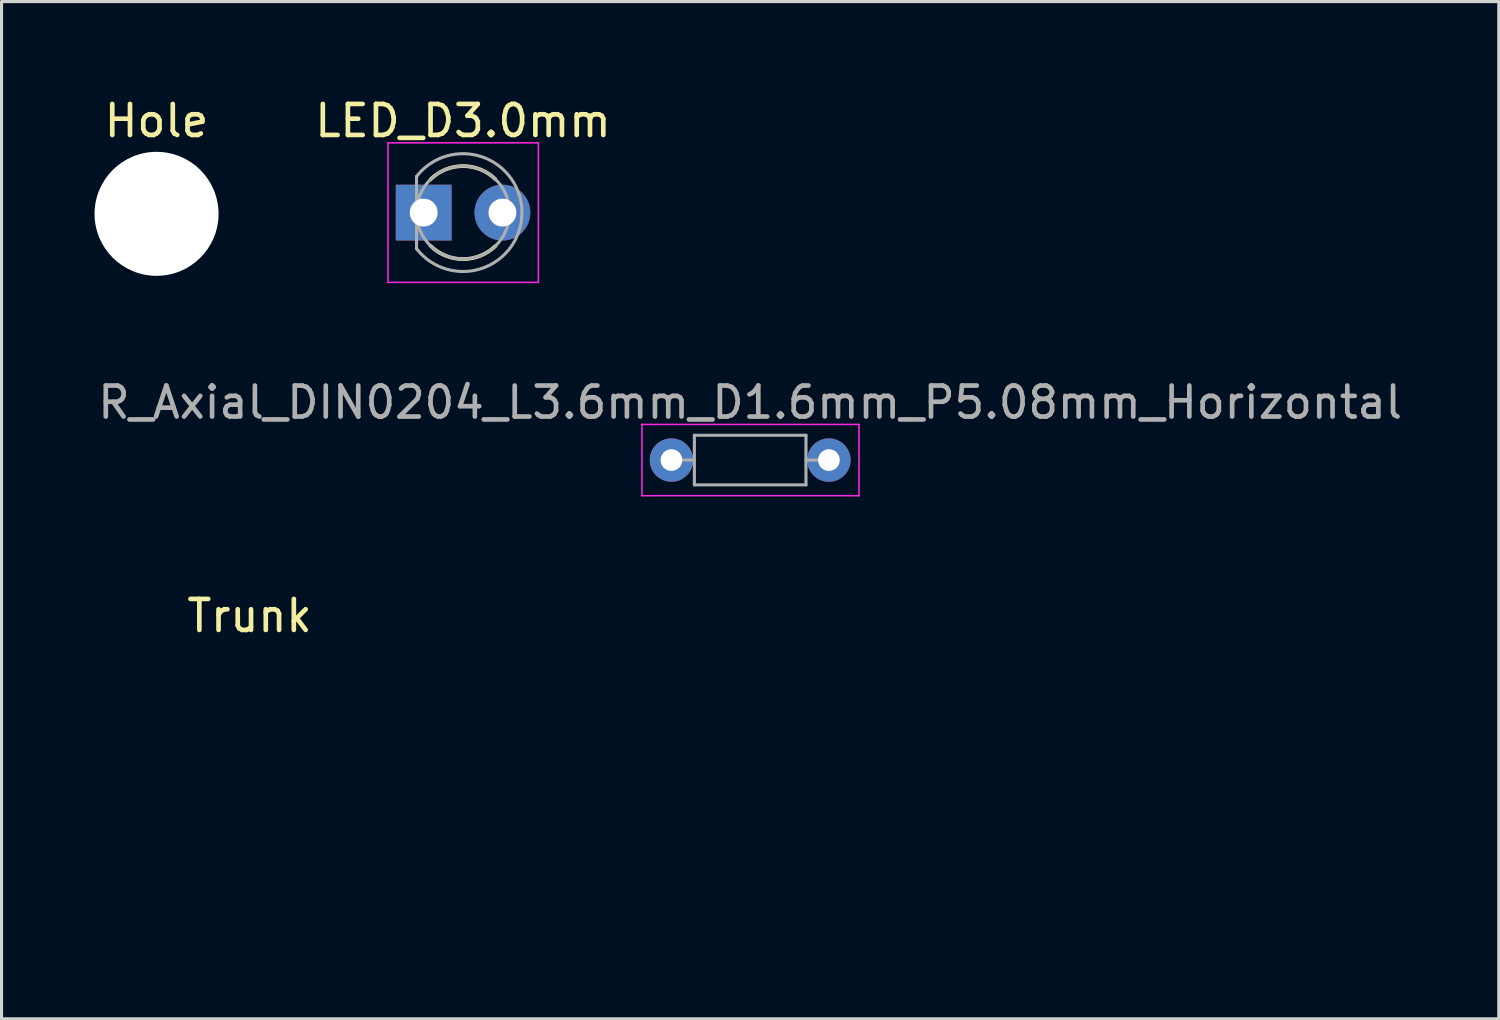
<source format=kicad_pcb>
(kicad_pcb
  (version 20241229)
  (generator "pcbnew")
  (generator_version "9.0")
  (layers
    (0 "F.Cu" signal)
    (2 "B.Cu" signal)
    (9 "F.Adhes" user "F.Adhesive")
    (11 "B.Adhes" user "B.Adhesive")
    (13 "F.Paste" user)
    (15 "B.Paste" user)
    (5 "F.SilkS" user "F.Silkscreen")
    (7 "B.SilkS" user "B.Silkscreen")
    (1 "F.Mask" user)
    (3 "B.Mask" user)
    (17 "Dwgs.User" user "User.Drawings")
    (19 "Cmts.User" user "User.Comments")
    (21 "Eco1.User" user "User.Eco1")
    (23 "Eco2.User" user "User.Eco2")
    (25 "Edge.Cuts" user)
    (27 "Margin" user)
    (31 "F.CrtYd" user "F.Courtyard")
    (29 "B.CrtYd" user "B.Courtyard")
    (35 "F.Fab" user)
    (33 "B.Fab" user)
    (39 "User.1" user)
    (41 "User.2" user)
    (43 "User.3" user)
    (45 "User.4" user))
  (footprint "Trunk"
    (layer "F.Cu")
    (at 5 22.315)
    (property "Reference" "Trunk" (at 0 -5.5 0) (layer "F.SilkS") (effects (font (size 1 1) (thickness 0.15))))
    (attr through_hole)
    (pad "" smd rect (at 0 0) (size 10 9) (layers "F.Mask")))
  (footprint "R_Axial_DIN0204_L3.6mm_D1.6mm_P5.08mm_Horizontal"
    (layer "F.Cu")
    (at 18.609 11.791)
    (property "Reference" "R_Axial_DIN0204_L3.6mm_D1.6mm_P5.08mm_Horizontal" (at 2.54 -1.86 0) (layer "F.Fab") (effects (font (size 1 1) (thickness 0.15))))
    (attr through_hole)
    (fp_line (start -0.95 -1.15) (end -0.95 1.15) (stroke (width 0.05) (type solid)) (layer "F.CrtYd"))
    (fp_line (start -0.95 1.15) (end 6.05 1.15) (stroke (width 0.05) (type solid)) (layer "F.CrtYd"))
    (fp_line (start 6.05 -1.15) (end -0.95 -1.15) (stroke (width 0.05) (type solid)) (layer "F.CrtYd"))
    (fp_line (start 6.05 1.15) (end 6.05 -1.15) (stroke (width 0.05) (type solid)) (layer "F.CrtYd"))
    (fp_line (start 0 0) (end 0.74 0) (stroke (width 0.1) (type solid)) (layer "F.Fab"))
    (fp_line (start 0.74 -0.8) (end 0.74 0.8) (stroke (width 0.1) (type solid)) (layer "F.Fab"))
    (fp_line (start 0.74 0.8) (end 4.34 0.8) (stroke (width 0.1) (type solid)) (layer "F.Fab"))
    (fp_line (start 4.34 -0.8) (end 0.74 -0.8) (stroke (width 0.1) (type solid)) (layer "F.Fab"))
    (fp_line (start 4.34 0.8) (end 4.34 -0.8) (stroke (width 0.1) (type solid)) (layer "F.Fab"))
    (fp_line (start 5.08 0) (end 4.34 0) (stroke (width 0.1) (type solid)) (layer "F.Fab"))
    (pad "1" thru_hole circle (at 0 0) (size 1.4 1.4) (drill 0.7) (layers "*.Cu" "*.Mask"))
    (pad "2" thru_hole oval (at 5.08 0) (size 1.4 1.4) (drill 0.7) (layers "*.Cu" "*.Mask")))
  (footprint "LED_D3.0mm"
    (layer "F.Cu")
    (at 10.617 3.808)
    (property "Reference" "LED_D3.0mm" (at 1.27 -2.96 0) (layer "F.SilkS") (effects (font (size 1 1) (thickness 0.15))))
    (attr through_hole)
    (fp_arc (start 0.229039 -1.08) (mid 1.270117 -1.5) (end 2.31113 -1.079837) (stroke (width 0.12) (type solid)) (layer "F.SilkS"))
    (fp_arc (start 2.31113 1.079837) (mid 1.270117 1.5) (end 0.229039 1.08) (stroke (width 0.12) (type solid)) (layer "F.SilkS"))
    (fp_line (start -1.15 -2.25) (end -1.15 2.25) (stroke (width 0.05) (type solid)) (layer "F.CrtYd"))
    (fp_line (start -1.15 2.25) (end 3.7 2.25) (stroke (width 0.05) (type solid)) (layer "F.CrtYd"))
    (fp_line (start 3.7 -2.25) (end -1.15 -2.25) (stroke (width 0.05) (type solid)) (layer "F.CrtYd"))
    (fp_line (start 3.7 2.25) (end 3.7 -2.25) (stroke (width 0.05) (type solid)) (layer "F.CrtYd"))
    (fp_line (start -0.23 -1.166) (end -0.23 1.166) (stroke (width 0.1) (type solid)) (layer "F.Fab"))
    (fp_arc (start -0.23 -1.16619) (mid 3.17 0.000452) (end -0.230555 1.165476) (stroke (width 0.1) (type solid)) (layer "F.Fab"))
    (fp_circle (center 1.27 0) (end 2.77 0) (stroke (width 0.1) (type solid)) (fill no) (layer "F.Fab"))
    (pad "1" thru_hole rect (at 0 0) (size 1.8 1.8) (drill 0.9) (layers "*.Cu" "*.Mask"))
    (pad "2" thru_hole circle (at 2.54 0) (size 1.8 1.8) (drill 0.9) (layers "*.Cu" "*.Mask")))
  (footprint "Hole"
    (layer "F.Cu")
    (at 2 3.848)
    (property "Reference" "Hole" (at 0 -3 0) (layer "F.SilkS") (effects (font (size 1 1) (thickness 0.15))))
    (attr through_hole)
    (pad "" np_thru_hole circle (at 0 0) (size 4 4) (drill 4) (layers "*.Cu" "*.Mask")))
  (gr_rect
    (start -3 -3)
    (end 45.298 29.815)
    (stroke (width 0.1) (type default))
    (fill no)
    (layer "Edge.Cuts")))
</source>
